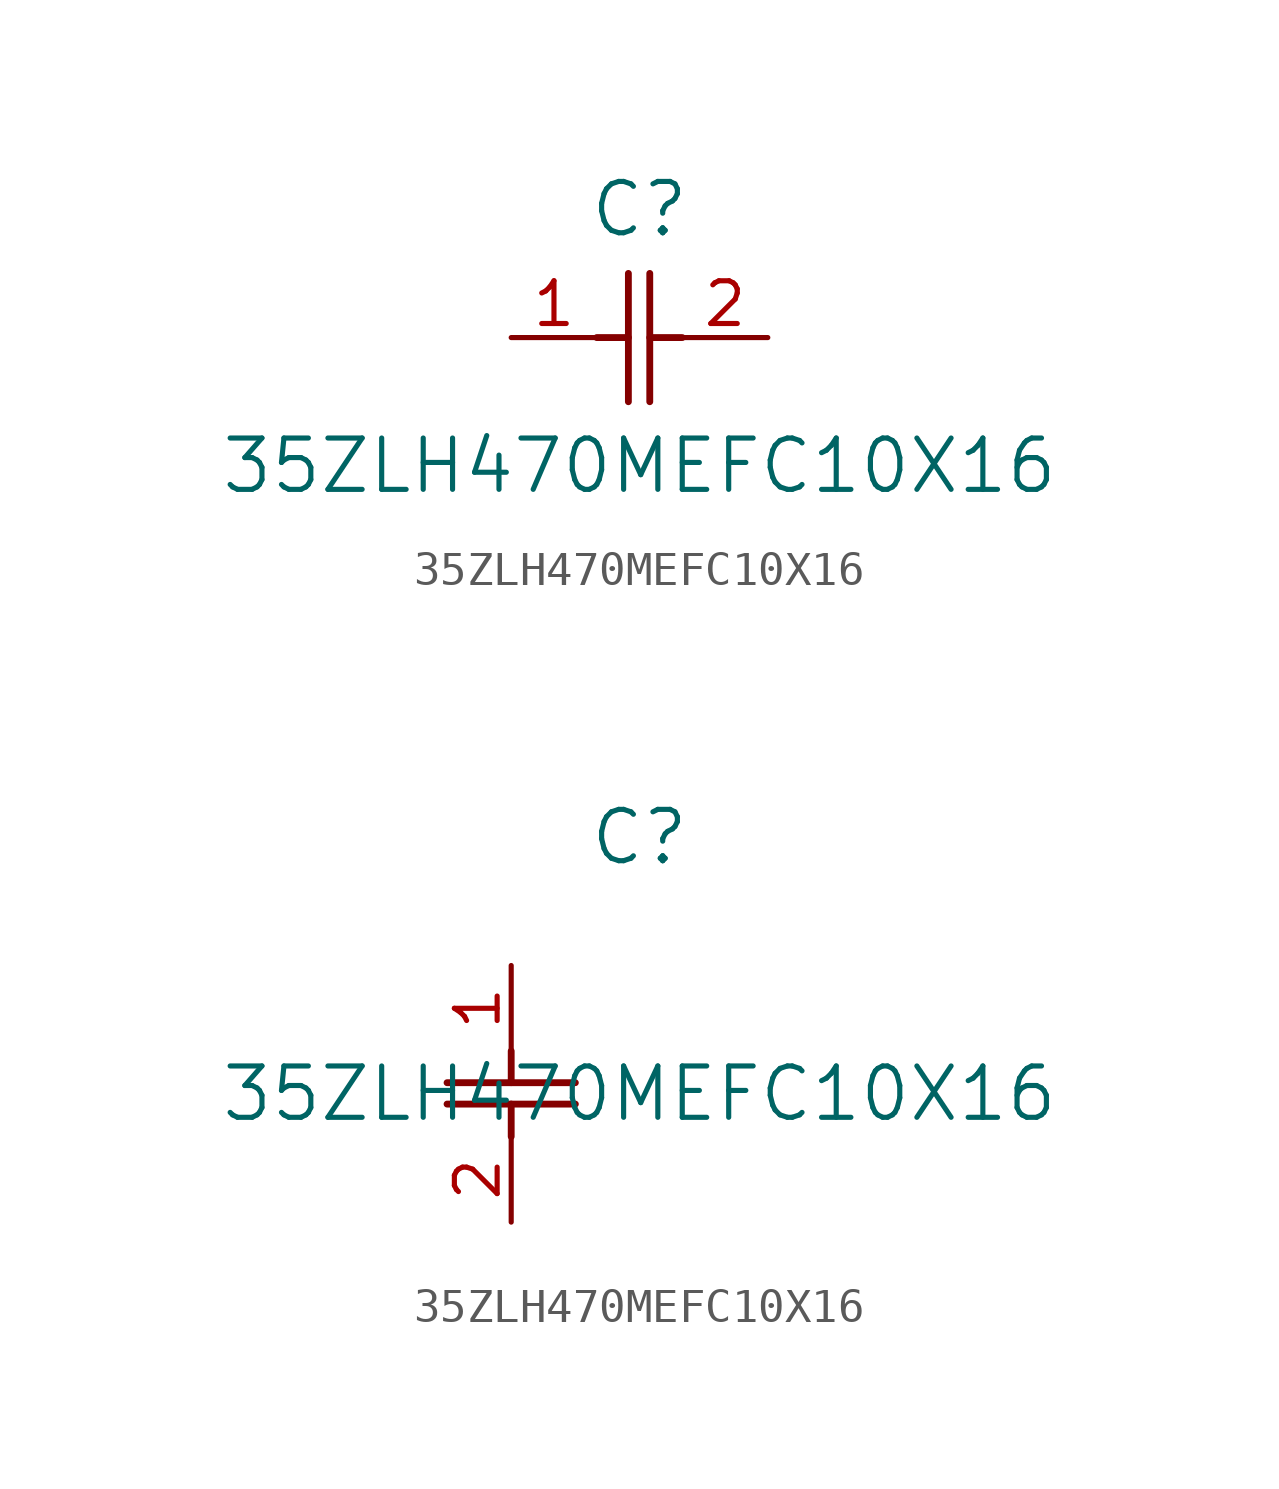
<source format=kicad_sym>
(kicad_symbol_lib
  (version 20211014)
  (generator kicad_symbol_editor)
  (symbol "35ZLH470MEFC10X16"
    (pin_names
      (offset 0.254))
    (property "Reference" "C"
      (at 3.81 3.81 0)
      (effects (font (size 1.524 1.524))))
    (property "Value" "35ZLH470MEFC10X16"
      (at 3.81 -3.81 0)
      (effects (font (size 1.524 1.524))))
    (symbol "35ZLH470MEFC10X16_1_1"
      (polyline (pts (xy 3.48 -1.905) (xy 3.48 1.905)) (stroke (width 0.203) (type default) (color 0 0 0 0)) (fill (type none)))
      (polyline (pts (xy 4.115 -1.905) (xy 4.115 1.905)) (stroke (width 0.203) (type default) (color 0 0 0 0)) (fill (type none)))
      (polyline (pts (xy 4.115 0) (xy 5.08 0)) (stroke (width 0.203) (type default) (color 0 0 0 0)) (fill (type none)))
      (polyline (pts (xy 2.54 0) (xy 3.48 0)) (stroke (width 0.203) (type default) (color 0 0 0 0)) (fill (type none)))
      (pin unspecified line (at 0 0 0) (length 2.54) (name "" (effects (font (size 1.27 1.27)))) (number "1" (effects (font (size 1.27 1.27)))))
      (pin unspecified line (at 7.62 0 180) (length 2.54) (name "" (effects (font (size 1.27 1.27)))) (number "2" (effects (font (size 1.27 1.27))))))
    (symbol "35ZLH470MEFC10X16_1_2"
      (polyline (pts (xy -1.905 -3.48) (xy 1.905 -3.48)) (stroke (width 0.203) (type default) (color 0 0 0 0)) (fill (type none)))
      (polyline (pts (xy -1.905 -4.115) (xy 1.905 -4.115)) (stroke (width 0.203) (type default) (color 0 0 0 0)) (fill (type none)))
      (polyline (pts (xy 0 -4.115) (xy 0 -5.08)) (stroke (width 0.203) (type default) (color 0 0 0 0)) (fill (type none)))
      (polyline (pts (xy 0 -2.54) (xy 0 -3.48)) (stroke (width 0.203) (type default) (color 0 0 0 0)) (fill (type none)))
      (pin unspecified line (at 0 0 270) (length 2.54) (name "" (effects (font (size 1.27 1.27)))) (number "1" (effects (font (size 1.27 1.27)))))
      (pin unspecified line (at 0 -7.62 90) (length 2.54) (name "" (effects (font (size 1.27 1.27)))) (number "2" (effects (font (size 1.27 1.27))))))))
</source>
